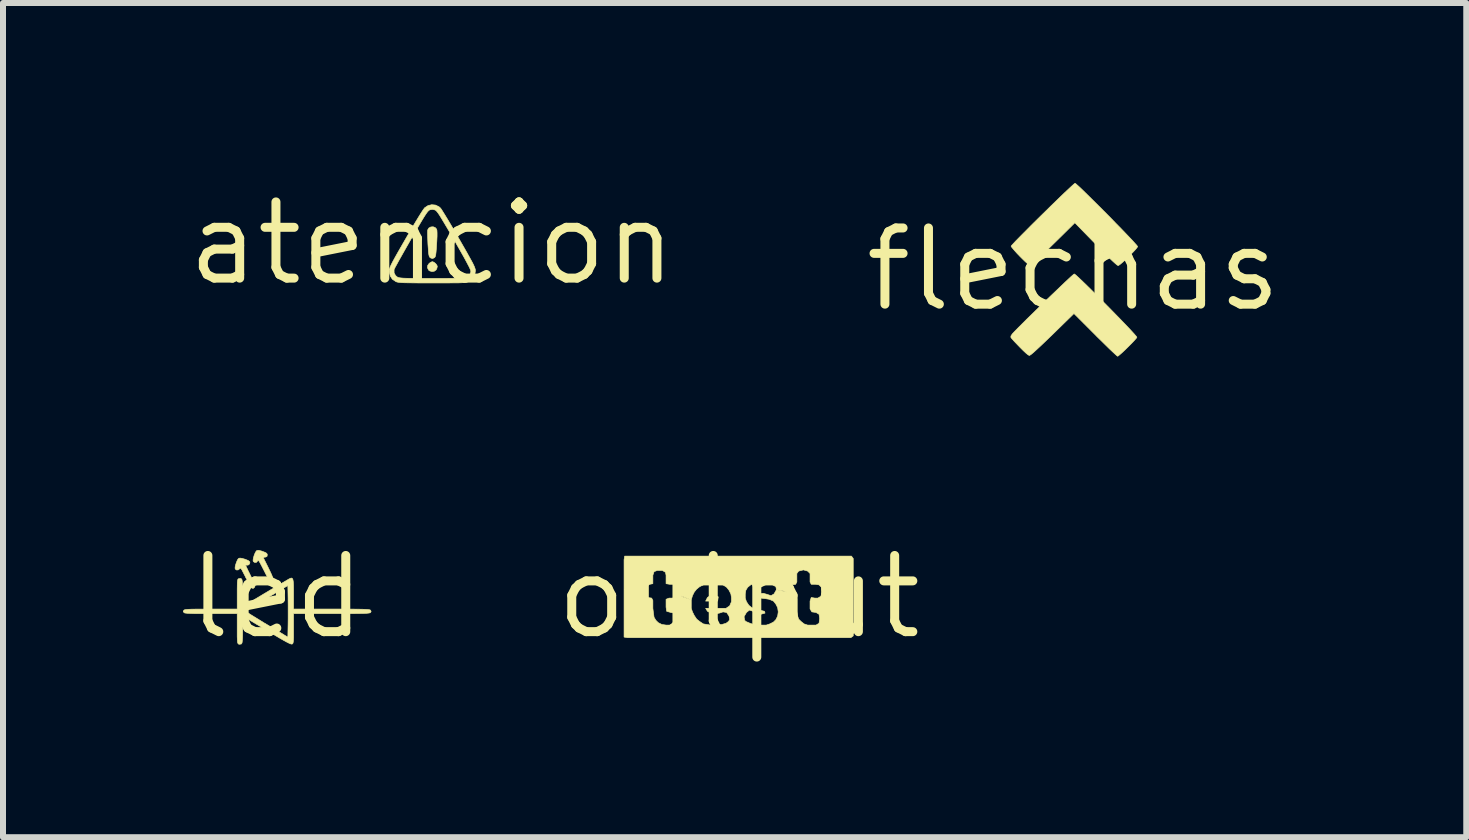
<source format=kicad_pcb>
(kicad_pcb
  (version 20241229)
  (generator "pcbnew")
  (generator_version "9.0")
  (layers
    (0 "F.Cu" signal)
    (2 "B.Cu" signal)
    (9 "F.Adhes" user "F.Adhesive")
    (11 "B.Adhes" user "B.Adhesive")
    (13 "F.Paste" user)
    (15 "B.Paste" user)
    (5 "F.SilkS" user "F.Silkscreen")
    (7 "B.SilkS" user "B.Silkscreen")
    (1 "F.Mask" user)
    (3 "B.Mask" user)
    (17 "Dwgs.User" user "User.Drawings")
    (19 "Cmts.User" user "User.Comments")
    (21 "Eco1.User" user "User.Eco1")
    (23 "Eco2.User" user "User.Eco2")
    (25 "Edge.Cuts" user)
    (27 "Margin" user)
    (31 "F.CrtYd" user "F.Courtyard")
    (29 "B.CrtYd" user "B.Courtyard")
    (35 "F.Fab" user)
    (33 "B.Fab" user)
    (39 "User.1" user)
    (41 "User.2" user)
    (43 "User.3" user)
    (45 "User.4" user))
  (footprint "led"
    (layer "F.Cu")
    (at 1.564 6.899)
    (property "Reference" "led" (at 0 0 0) (layer "F.SilkS") (effects (font (size 1.27 1.27) (thickness 0.15))))
    (attr through_hole)
    (fp_poly (pts (xy -0.257 -0.765) (xy -0.235 -0.757) (xy -0.193 -0.741) (xy -0.17 -0.727) (xy -0.16 -0.712) (xy -0.159 -0.698) (xy -0.164 -0.674) (xy -0.186 -0.664) (xy -0.193 -0.663) (xy -0.228 -0.659) (xy -0.143 -0.488) (xy -0.109 -0.418) (xy -0.086 -0.368) (xy -0.072 -0.333) (xy -0.068 -0.31) (xy -0.071 -0.296) (xy -0.071 -0.296) (xy -0.094 -0.273) (xy -0.118 -0.274) (xy -0.122 -0.276) (xy -0.133 -0.291) (xy -0.152 -0.323) (xy -0.178 -0.37) (xy -0.207 -0.428) (xy -0.222 -0.457) (xy -0.256 -0.523) (xy -0.28 -0.568) (xy -0.296 -0.595) (xy -0.308 -0.608) (xy -0.315 -0.607) (xy -0.319 -0.6) (xy -0.338 -0.577) (xy -0.366 -0.573) (xy -0.392 -0.589) (xy -0.396 -0.61) (xy -0.391 -0.646) (xy -0.379 -0.688) (xy -0.363 -0.729) (xy -0.345 -0.761) (xy -0.332 -0.773) (xy -0.304 -0.776) (xy -0.257 -0.765)) (stroke (width 0.01) (type solid)) (fill yes) (layer "F.SilkS"))
    (fp_poly (pts (xy -0.58 -0.642) (xy -0.527 -0.627) (xy -0.525 -0.626) (xy -0.476 -0.606) (xy -0.451 -0.584) (xy -0.449 -0.58) (xy -0.452 -0.553) (xy -0.471 -0.533) (xy -0.497 -0.528) (xy -0.503 -0.529) (xy -0.519 -0.531) (xy -0.521 -0.528) (xy -0.515 -0.515) (xy -0.5 -0.483) (xy -0.478 -0.436) (xy -0.45 -0.38) (xy -0.438 -0.355) (xy -0.405 -0.288) (xy -0.382 -0.239) (xy -0.37 -0.205) (xy -0.365 -0.183) (xy -0.367 -0.168) (xy -0.368 -0.165) (xy -0.39 -0.143) (xy -0.414 -0.145) (xy -0.437 -0.168) (xy -0.449 -0.19) (xy -0.47 -0.23) (xy -0.496 -0.281) (xy -0.526 -0.339) (xy -0.528 -0.345) (xy -0.559 -0.405) (xy -0.58 -0.446) (xy -0.595 -0.469) (xy -0.605 -0.478) (xy -0.613 -0.476) (xy -0.62 -0.468) (xy -0.644 -0.45) (xy -0.671 -0.448) (xy -0.691 -0.463) (xy -0.696 -0.477) (xy -0.694 -0.503) (xy -0.684 -0.543) (xy -0.673 -0.576) (xy -0.656 -0.616) (xy -0.639 -0.639) (xy -0.616 -0.647) (xy -0.58 -0.642)) (stroke (width 0.01) (type solid)) (fill yes) (layer "F.SilkS"))
    (fp_poly (pts (xy 0.26 -0.306) (xy 0.269 -0.286) (xy 0.275 -0.25) (xy 0.278 -0.196) (xy 0.279 -0.122) (xy 0.279 -0.043) (xy 0.279 0.203) (xy 0.913 0.203) (xy 1.058 0.203) (xy 1.18 0.204) (xy 1.281 0.204) (xy 1.362 0.205) (xy 1.426 0.206) (xy 1.475 0.208) (xy 1.511 0.21) (xy 1.536 0.213) (xy 1.551 0.216) (xy 1.56 0.22) (xy 1.562 0.222) (xy 1.572 0.243) (xy 1.562 0.26) (xy 1.556 0.265) (xy 1.543 0.268) (xy 1.523 0.271) (xy 1.492 0.274) (xy 1.448 0.276) (xy 1.391 0.277) (xy 1.317 0.278) (xy 1.225 0.279) (xy 1.112 0.279) (xy 0.977 0.279) (xy 0.913 0.279) (xy 0.279 0.279) (xy 0.279 0.527) (xy 0.279 0.612) (xy 0.279 0.676) (xy 0.277 0.721) (xy 0.274 0.751) (xy 0.27 0.77) (xy 0.264 0.78) (xy 0.256 0.786) (xy 0.246 0.787) (xy 0.229 0.783) (xy 0.203 0.772) (xy 0.165 0.753) (xy 0.114 0.725) (xy 0.048 0.687) (xy -0.035 0.638) (xy -0.137 0.577) (xy -0.166 0.559) (xy -0.565 0.32) (xy -0.569 0.547) (xy -0.57 0.629) (xy -0.572 0.689) (xy -0.575 0.731) (xy -0.578 0.759) (xy -0.584 0.775) (xy -0.591 0.784) (xy -0.594 0.786) (xy -0.627 0.79) (xy -0.639 0.786) (xy -0.646 0.779) (xy -0.652 0.767) (xy -0.656 0.746) (xy -0.658 0.712) (xy -0.66 0.662) (xy -0.66 0.593) (xy -0.66 0.526) (xy -0.66 0.279) (xy -1.097 0.279) (xy -1.216 0.279) (xy -1.312 0.279) (xy -1.388 0.278) (xy -1.446 0.276) (xy -1.488 0.274) (xy -1.517 0.271) (xy -1.536 0.268) (xy -1.546 0.263) (xy -1.549 0.26) (xy -1.559 0.24) (xy -1.558 0.239) (xy -0.518 0.239) (xy -0.508 0.247) (xy -0.479 0.267) (xy -0.433 0.297) (xy -0.373 0.334) (xy -0.301 0.378) (xy -0.221 0.428) (xy -0.168 0.459) (xy 0.184 0.671) (xy 0.188 0.456) (xy 0.189 0.361) (xy 0.189 0.253) (xy 0.189 0.144) (xy 0.188 0.045) (xy 0.188 0.026) (xy 0.184 -0.189) (xy -0.165 0.021) (xy -0.25 0.072) (xy -0.328 0.119) (xy -0.396 0.161) (xy -0.451 0.195) (xy -0.491 0.221) (xy -0.514 0.236) (xy -0.518 0.239) (xy -1.558 0.239) (xy -1.549 0.222) (xy -1.542 0.217) (xy -1.528 0.213) (xy -1.504 0.21) (xy -1.469 0.207) (xy -1.419 0.205) (xy -1.353 0.204) (xy -1.267 0.204) (xy -1.16 0.203) (xy -1.097 0.203) (xy -0.66 0.203) (xy -0.66 -0.044) (xy -0.66 -0.13) (xy -0.659 -0.194) (xy -0.658 -0.239) (xy -0.655 -0.269) (xy -0.651 -0.288) (xy -0.645 -0.298) (xy -0.638 -0.303) (xy -0.605 -0.308) (xy -0.593 -0.303) (xy -0.586 -0.296) (xy -0.58 -0.284) (xy -0.576 -0.261) (xy -0.573 -0.226) (xy -0.572 -0.174) (xy -0.572 -0.102) (xy -0.572 -0.063) (xy -0.572 0.164) (xy -0.201 -0.059) (xy -0.112 -0.112) (xy -0.028 -0.162) (xy 0.048 -0.207) (xy 0.112 -0.245) (xy 0.162 -0.274) (xy 0.195 -0.294) (xy 0.206 -0.3) (xy 0.23 -0.311) (xy 0.247 -0.314) (xy 0.26 -0.306)) (stroke (width 0.01) (type solid)) (fill yes) (layer "F.SilkS")))
  (footprint "output"
    (layer "F.Cu")
    (at 9.262 6.899)
    (property "Reference" "output" (at 0 0 0) (layer "F.SilkS") (effects (font (size 1.27 1.27) (thickness 0.15))))
    (attr board_only exclude_from_pos_files exclude_from_bom)
    (fp_poly (pts (xy -0.35 0.07) (xy -0.34 0) (xy -0.39 -0.03) (xy -0.46 -0.03) (xy -0.52 0.01) (xy -0.55 0.07) (xy -0.48 0.07) (xy -0.42 0.07) (xy -0.35 0.07)) (stroke (width 0.01) (type solid)) (fill yes) (layer "F.SilkS"))
    (fp_poly (pts (xy -1.63 -0.68) (xy -1.9 -0.68) (xy -1.91 -0.62) (xy -1.91 0.67) (xy -1.85 0.68) (xy 1.87 0.68) (xy 1.91 0.65) (xy 1.91 -0.64) (xy 1.88 -0.68) (xy -1.57 -0.68) (xy -1.41 -0.42) (xy -1.36 -0.44) (xy -1.27 -0.44) (xy -1.22 -0.41) (xy -1.21 -0.36) (xy -1.21 -0.22) (xy -1.15 -0.21) (xy -1.08 -0.21) (xy -1.03 -0.18) (xy -1.01 -0.12) (xy -1.02 -0.04) (xy -0.79 0.05) (xy -0.77 -0.02) (xy -0.74 -0.08) (xy -0.7 -0.13) (xy -0.65 -0.17) (xy -0.59 -0.2) (xy -0.53 -0.22) (xy -0.46 -0.24) (xy -0.39 -0.24) (xy -0.32 -0.22) (xy -0.26 -0.2) (xy -0.2 -0.16) (xy -0.16 -0.11) (xy -0.13 -0.05) (xy -0.12 0.01) (xy 0.11 0.02) (xy 0.11 -0.05) (xy 0.12 -0.11) (xy 0.15 -0.16) (xy 0.2 -0.2) (xy 0.26 -0.22) (xy 0.34 -0.24) (xy 0.42 -0.24) (xy 0.49 -0.23) (xy 0.55 -0.21) (xy 0.62 -0.17) (xy 0.63 -0.12) (xy 0.85 -0.08) (xy 0.85 -0.15) (xy 0.89 -0.2) (xy 0.95 -0.21) (xy 0.97 -0.25) (xy 0.97 -0.39) (xy 1 -0.43) (xy 1.08 -0.45) (xy 1.15 -0.43) (xy 1.19 -0.39) (xy 1.19 -0.32) (xy 1.19 -0.25) (xy 1.21 -0.21) (xy 1.28 -0.21) (xy 1.34 -0.2) (xy 1.38 -0.16) (xy 1.39 -0.08) (xy 1.37 -0.01) (xy 1.32 0.02) (xy 1.27 0.02) (xy 1.21 0.01) (xy 1.19 0.07) (xy 1.19 0.2) (xy 1.22 0.25) (xy 1.29 0.26) (xy 1.34 0.29) (xy 1.35 0.36) (xy 1.34 0.44) (xy 1.29 0.47) (xy 1.23 0.47) (xy 1.15 0.47) (xy 1.09 0.45) (xy 1.04 0.41) (xy 1 0.37) (xy 0.98 0.31) (xy 0.97 0.24) (xy 0.97 0.03) (xy 0.91 0.02) (xy 0.86 -0.01) (xy 0.85 -0.07) (xy 0.63 -0.12) (xy 0.59 -0.05) (xy 0.54 -0.02) (xy 0.48 -0.04) (xy 0.41 -0.06) (xy 0.33 -0.05) (xy 0.31 -0.01) (xy 0.37 0.02) (xy 0.45 0.03) (xy 0.51 0.04) (xy 0.58 0.07) (xy 0.62 0.12) (xy 0.65 0.18) (xy 0.66 0.25) (xy 0.65 0.32) (xy 0.62 0.38) (xy 0.58 0.42) (xy 0.52 0.45) (xy 0.46 0.47) (xy 0.39 0.47) (xy 0.32 0.47) (xy 0.25 0.46) (xy 0.19 0.44) (xy 0.12 0.41) (xy 0.1 0.39) (xy 0.09 0.33) (xy 0.13 0.26) (xy 0.18 0.22) (xy 0.24 0.24) (xy 0.31 0.28) (xy 0.37 0.29) (xy 0.44 0.27) (xy 0.43 0.24) (xy 0.35 0.22) (xy 0.29 0.2) (xy 0.22 0.18) (xy 0.17 0.14) (xy 0.13 0.08) (xy 0.11 0.02) (xy -0.12 0.01) (xy -0.12 0.08) (xy -0.15 0.15) (xy -0.21 0.19) (xy -0.28 0.19) (xy -0.55 0.19) (xy -0.52 0.24) (xy -0.46 0.27) (xy -0.38 0.28) (xy -0.32 0.27) (xy -0.26 0.25) (xy -0.2 0.26) (xy -0.16 0.32) (xy -0.15 0.38) (xy -0.17 0.41) (xy -0.21 0.44) (xy -0.28 0.46) (xy -0.37 0.47) (xy -0.46 0.47) (xy -0.53 0.46) (xy -0.59 0.45) (xy -0.65 0.41) (xy -0.7 0.37) (xy -0.74 0.31) (xy -0.77 0.25) (xy -0.79 0.19) (xy -0.79 0.12) (xy -0.79 0.05) (xy -1.02 -0.03) (xy -1.05 0.01) (xy -1.11 0.02) (xy -1.16 0.02) (xy -1.21 0.04) (xy -1.21 0.17) (xy -1.2 0.24) (xy -1.13 0.26) (xy -1.07 0.27) (xy -1.05 0.32) (xy -1.05 0.41) (xy -1.07 0.46) (xy -1.14 0.47) (xy -1.21 0.47) (xy -1.28 0.46) (xy -1.34 0.43) (xy -1.38 0.39) (xy -1.41 0.34) (xy -1.42 0.27) (xy -1.43 0.19) (xy -1.43 0.06) (xy -1.45 0.02) (xy -1.52 0.01) (xy -1.55 -0.04) (xy -1.55 -0.12) (xy -1.53 -0.18) (xy -1.48 -0.21) (xy -1.43 -0.22) (xy -1.43 -0.36) (xy -1.41 -0.42) (xy -1.57 -0.68) (xy -1.63 -0.68)) (stroke (width 0.01) (type solid)) (fill yes) (layer "F.SilkS")))
  (footprint "atencion"
    (layer "F.Cu")
    (at 4.15 1.006)
    (property "Reference" "atencion" (at 0 0 0) (layer "F.SilkS") (effects (font (size 1.27 1.27) (thickness 0.15))))
    (attr through_hole)
    (fp_poly (pts (xy 0.033 0.315) (xy 0.062 0.338) (xy 0.083 0.367) (xy 0.089 0.385) (xy 0.082 0.417) (xy 0.069 0.442) (xy 0.04 0.464) (xy 0.001 0.47) (xy -0.037 0.46) (xy -0.055 0.447) (xy -0.074 0.409) (xy -0.071 0.369) (xy -0.046 0.333) (xy -0.043 0.331) (xy -0.015 0.313) (xy 0.006 0.305) (xy 0.006 0.305) (xy 0.033 0.315)) (stroke (width 0.01) (type solid)) (fill yes) (layer "F.SilkS"))
    (fp_poly (pts (xy 0.054 -0.263) (xy 0.078 -0.236) (xy 0.083 -0.214) (xy 0.085 -0.175) (xy 0.085 -0.116) (xy 0.081 -0.036) (xy 0.078 0.008) (xy 0.073 0.089) (xy 0.068 0.148) (xy 0.063 0.189) (xy 0.057 0.215) (xy 0.049 0.231) (xy 0.043 0.238) (xy 0.012 0.253) (xy -0.017 0.246) (xy -0.031 0.237) (xy -0.04 0.227) (xy -0.047 0.211) (xy -0.053 0.184) (xy -0.058 0.142) (xy -0.062 0.082) (xy -0.067 0.014) (xy -0.07 -0.058) (xy -0.072 -0.123) (xy -0.073 -0.176) (xy -0.072 -0.212) (xy -0.071 -0.224) (xy -0.052 -0.255) (xy -0.019 -0.273) (xy 0.019 -0.276) (xy 0.054 -0.263)) (stroke (width 0.01) (type solid)) (fill yes) (layer "F.SilkS"))
    (fp_poly (pts (xy 0.059 -0.638) (xy 0.117 -0.61) (xy 0.142 -0.588) (xy 0.156 -0.569) (xy 0.18 -0.531) (xy 0.214 -0.476) (xy 0.256 -0.407) (xy 0.305 -0.325) (xy 0.359 -0.234) (xy 0.416 -0.135) (xy 0.45 -0.077) (xy 0.517 0.04) (xy 0.572 0.136) (xy 0.616 0.215) (xy 0.651 0.278) (xy 0.678 0.328) (xy 0.697 0.367) (xy 0.71 0.397) (xy 0.718 0.42) (xy 0.723 0.439) (xy 0.724 0.455) (xy 0.724 0.457) (xy 0.713 0.528) (xy 0.68 0.585) (xy 0.627 0.629) (xy 0.622 0.632) (xy 0.609 0.638) (xy 0.595 0.644) (xy 0.579 0.649) (xy 0.558 0.652) (xy 0.53 0.655) (xy 0.493 0.657) (xy 0.443 0.659) (xy 0.378 0.659) (xy 0.297 0.66) (xy 0.196 0.66) (xy 0.073 0.66) (xy 0.008 0.66) (xy -0.127 0.66) (xy -0.239 0.66) (xy -0.33 0.659) (xy -0.404 0.658) (xy -0.461 0.657) (xy -0.505 0.655) (xy -0.538 0.652) (xy -0.563 0.649) (xy -0.582 0.645) (xy -0.597 0.64) (xy -0.604 0.636) (xy -0.66 0.598) (xy -0.695 0.545) (xy -0.711 0.477) (xy -0.711 0.461) (xy -0.711 0.445) (xy -0.71 0.439) (xy -0.632 0.439) (xy -0.631 0.493) (xy -0.607 0.537) (xy -0.581 0.559) (xy -0.57 0.565) (xy -0.557 0.57) (xy -0.54 0.574) (xy -0.516 0.577) (xy -0.483 0.58) (xy -0.439 0.582) (xy -0.381 0.583) (xy -0.307 0.584) (xy -0.213 0.584) (xy -0.099 0.584) (xy 0.004 0.584) (xy 0.139 0.584) (xy 0.251 0.584) (xy 0.342 0.583) (xy 0.415 0.582) (xy 0.471 0.58) (xy 0.514 0.578) (xy 0.545 0.575) (xy 0.566 0.571) (xy 0.581 0.567) (xy 0.584 0.565) (xy 0.626 0.533) (xy 0.645 0.488) (xy 0.648 0.461) (xy 0.641 0.439) (xy 0.621 0.395) (xy 0.587 0.33) (xy 0.541 0.244) (xy 0.48 0.136) (xy 0.406 0.006) (xy 0.37 -0.058) (xy 0.302 -0.175) (xy 0.245 -0.272) (xy 0.198 -0.351) (xy 0.16 -0.414) (xy 0.13 -0.463) (xy 0.106 -0.499) (xy 0.087 -0.524) (xy 0.072 -0.541) (xy 0.06 -0.551) (xy 0.051 -0.556) (xy 0.01 -0.566) (xy -0.032 -0.559) (xy -0.032 -0.559) (xy -0.044 -0.554) (xy -0.055 -0.545) (xy -0.069 -0.531) (xy -0.086 -0.51) (xy -0.107 -0.479) (xy -0.134 -0.437) (xy -0.168 -0.381) (xy -0.21 -0.31) (xy -0.262 -0.221) (xy -0.324 -0.113) (xy -0.351 -0.068) (xy -0.409 0.034) (xy -0.463 0.129) (xy -0.512 0.216) (xy -0.555 0.292) (xy -0.589 0.355) (xy -0.615 0.402) (xy -0.629 0.432) (xy -0.632 0.439) (xy -0.71 0.439) (xy -0.708 0.428) (xy -0.702 0.407) (xy -0.691 0.381) (xy -0.675 0.347) (xy -0.653 0.304) (xy -0.623 0.249) (xy -0.584 0.179) (xy -0.535 0.093) (xy -0.475 -0.011) (xy -0.437 -0.077) (xy -0.375 -0.184) (xy -0.317 -0.283) (xy -0.263 -0.373) (xy -0.216 -0.45) (xy -0.176 -0.514) (xy -0.146 -0.56) (xy -0.125 -0.588) (xy -0.121 -0.593) (xy -0.066 -0.629) (xy -0.004 -0.644) (xy 0.059 -0.638)) (stroke (width 0.01) (type solid)) (fill yes) (layer "F.SilkS")))
  (footprint "flechas"
    (layer "F.Cu")
    (at 14.845 1.44)
    (property "Reference" "flechas" (at 0 0 0) (layer "F.SilkS") (effects (font (size 1.27 1.27) (thickness 0.15))))
    (attr through_hole)
    (fp_poly (pts (xy 0.025 0.085) (xy 0.054 0.11) (xy 0.097 0.15) (xy 0.152 0.202) (xy 0.217 0.265) (xy 0.289 0.336) (xy 0.367 0.413) (xy 0.449 0.495) (xy 0.533 0.58) (xy 0.617 0.665) (xy 0.699 0.749) (xy 0.777 0.829) (xy 0.849 0.904) (xy 0.914 0.972) (xy 0.968 1.03) (xy 1.011 1.077) (xy 1.04 1.111) (xy 1.054 1.13) (xy 1.054 1.132) (xy 1.046 1.146) (xy 1.022 1.174) (xy 0.987 1.212) (xy 0.944 1.256) (xy 0.897 1.303) (xy 0.85 1.349) (xy 0.806 1.39) (xy 0.769 1.422) (xy 0.744 1.443) (xy 0.733 1.448) (xy 0.721 1.439) (xy 0.693 1.414) (xy 0.651 1.375) (xy 0.597 1.324) (xy 0.534 1.262) (xy 0.463 1.192) (xy 0.385 1.116) (xy 0.362 1.092) (xy 0.006 0.736) (xy -0.352 1.086) (xy -0.455 1.185) (xy -0.542 1.268) (xy -0.614 1.335) (xy -0.67 1.386) (xy -0.71 1.419) (xy -0.733 1.434) (xy -0.737 1.435) (xy -0.757 1.426) (xy -0.792 1.398) (xy -0.839 1.354) (xy -0.899 1.294) (xy -0.899 1.294) (xy -0.947 1.244) (xy -0.989 1.2) (xy -1.021 1.164) (xy -1.041 1.141) (xy -1.045 1.135) (xy -1.045 1.111) (xy -1.022 1.076) (xy -0.999 1.051) (xy -0.962 1.013) (xy -0.913 0.963) (xy -0.852 0.902) (xy -0.783 0.833) (xy -0.706 0.758) (xy -0.625 0.679) (xy -0.542 0.597) (xy -0.457 0.515) (xy -0.374 0.435) (xy -0.293 0.358) (xy -0.218 0.286) (xy -0.151 0.222) (xy -0.092 0.167) (xy -0.045 0.123) (xy -0.011 0.093) (xy 0.008 0.078) (xy 0.011 0.076) (xy 0.025 0.085)) (stroke (width 0.01) (type solid)) (fill yes) (layer "F.SilkS"))
    (fp_poly (pts (xy 0.038 -1.426) (xy 0.066 -1.401) (xy 0.109 -1.362) (xy 0.163 -1.31) (xy 0.227 -1.247) (xy 0.299 -1.176) (xy 0.377 -1.099) (xy 0.459 -1.017) (xy 0.543 -0.933) (xy 0.627 -0.848) (xy 0.708 -0.764) (xy 0.787 -0.684) (xy 0.859 -0.609) (xy 0.924 -0.541) (xy 0.979 -0.483) (xy 1.022 -0.435) (xy 1.052 -0.402) (xy 1.066 -0.383) (xy 1.067 -0.38) (xy 1.058 -0.364) (xy 1.034 -0.334) (xy 0.998 -0.295) (xy 0.954 -0.25) (xy 0.907 -0.203) (xy 0.859 -0.157) (xy 0.815 -0.117) (xy 0.778 -0.086) (xy 0.752 -0.067) (xy 0.743 -0.064) (xy 0.727 -0.071) (xy 0.697 -0.096) (xy 0.653 -0.136) (xy 0.592 -0.194) (xy 0.516 -0.27) (xy 0.424 -0.364) (xy 0.369 -0.42) (xy 0.021 -0.777) (xy -0.189 -0.569) (xy -0.303 -0.457) (xy -0.401 -0.361) (xy -0.483 -0.282) (xy -0.55 -0.216) (xy -0.605 -0.164) (xy -0.648 -0.124) (xy -0.68 -0.096) (xy -0.704 -0.077) (xy -0.719 -0.066) (xy -0.727 -0.064) (xy -0.741 -0.072) (xy -0.77 -0.096) (xy -0.81 -0.133) (xy -0.857 -0.179) (xy -0.894 -0.216) (xy -0.943 -0.267) (xy -0.985 -0.314) (xy -1.017 -0.352) (xy -1.037 -0.377) (xy -1.041 -0.386) (xy -1.033 -0.399) (xy -1.007 -0.427) (xy -0.968 -0.469) (xy -0.916 -0.522) (xy -0.853 -0.586) (xy -0.782 -0.657) (xy -0.705 -0.735) (xy -0.622 -0.817) (xy -0.538 -0.9) (xy -0.452 -0.984) (xy -0.368 -1.067) (xy -0.287 -1.145) (xy -0.211 -1.219) (xy -0.143 -1.284) (xy -0.083 -1.34) (xy -0.035 -1.385) (xy 0.00038 -1.417) (xy 0.021 -1.433) (xy 0.024 -1.435) (xy 0.038 -1.426)) (stroke (width 0.01) (type solid)) (fill yes) (layer "F.SilkS")))
  (gr_rect
    (start -3 -3)
    (end 21.39 10.905)
    (stroke (width 0.1) (type default))
    (fill no)
    (layer "Edge.Cuts")))
</source>
